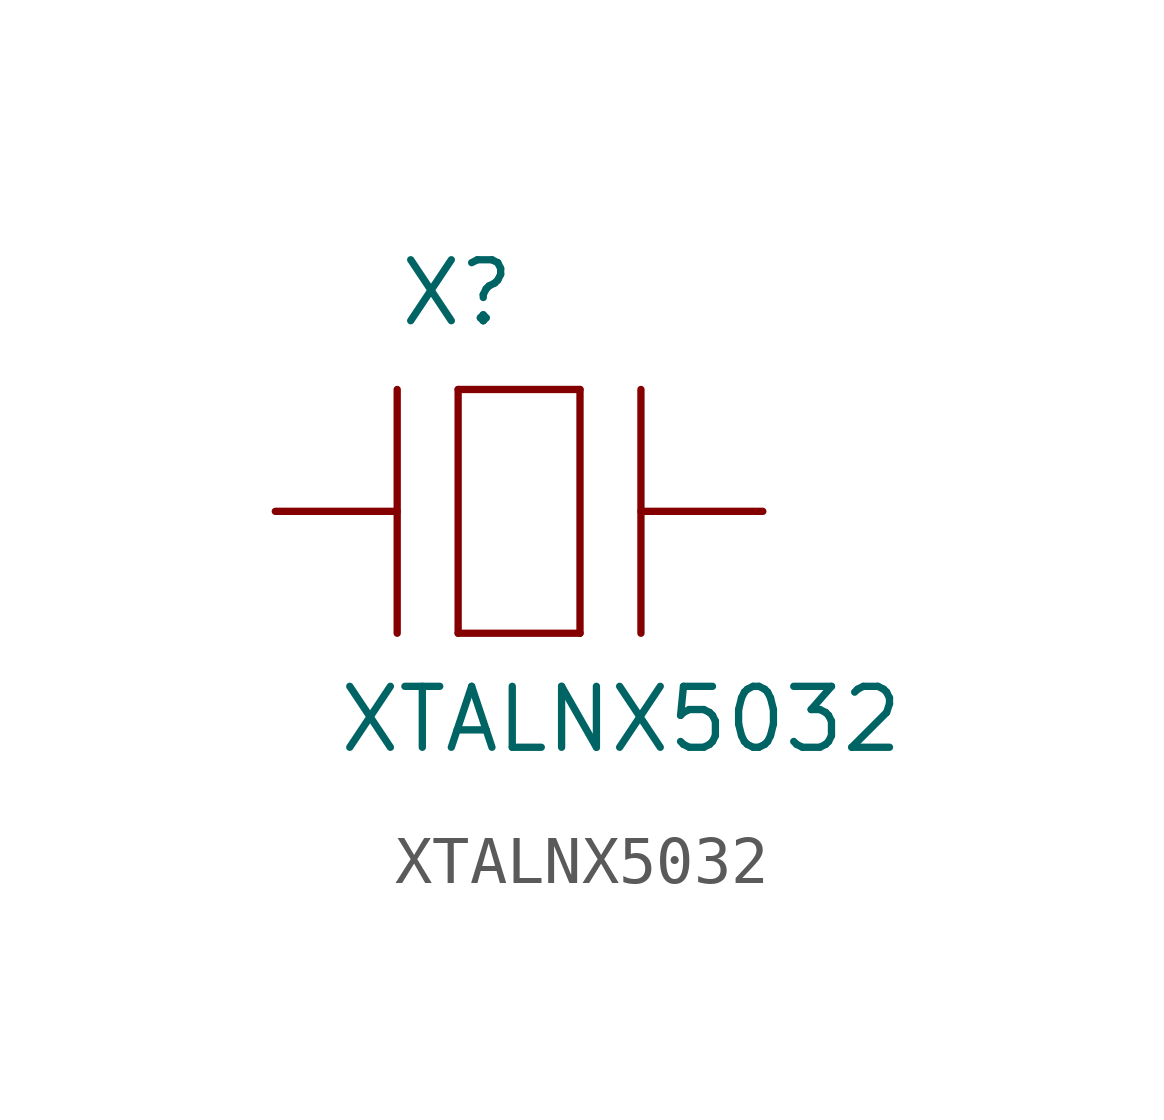
<source format=kicad_sym>
(kicad_symbol_lib
  (version 20211014)
  (generator kicad_symbol_editor)
  (symbol "XTALNX5032"
    (pin_names
      (offset 1.016))
    (property "Reference" "X"
      (at -2.54 3.81 0)
      (effects (font (size 1.27 1.27)) (justify left bottom)))
    (property "Value" "XTALNX5032"
      (at -3.81 -5.08 0)
      (effects (font (size 1.27 1.27)) (justify left bottom)))
    (property "ki_locked" ""
      (at 0 0 0)
      (effects (font (size 1.27 1.27))))
    (symbol "XTALNX5032_1_0"
      (polyline (pts (xy -2.54 2.54) (xy -2.54 -2.54)) (stroke (width 0) (type default) (color 0 0 0 0)) (fill (type none)))
      (polyline (pts (xy -1.27 -2.54) (xy 1.27 -2.54)) (stroke (width 0) (type default) (color 0 0 0 0)) (fill (type none)))
      (polyline (pts (xy -1.27 2.54) (xy -1.27 -2.54)) (stroke (width 0) (type default) (color 0 0 0 0)) (fill (type none)))
      (polyline (pts (xy 1.27 -2.54) (xy 1.27 2.54)) (stroke (width 0) (type default) (color 0 0 0 0)) (fill (type none)))
      (polyline (pts (xy 1.27 2.54) (xy -1.27 2.54)) (stroke (width 0) (type default) (color 0 0 0 0)) (fill (type none)))
      (polyline (pts (xy 2.54 2.54) (xy 2.54 -2.54)) (stroke (width 0) (type default) (color 0 0 0 0)) (fill (type none)))
      (pin bidirectional line (at -5.08 0 0) (length 2.54) (name "P$1" (effects (font (size 0 0)))) (number "P$1" (effects (font (size 0 0)))))
      (pin bidirectional line (at 5.08 0 180) (length 2.54) (name "P$2" (effects (font (size 0 0)))) (number "P$2" (effects (font (size 0 0))))))))
</source>
